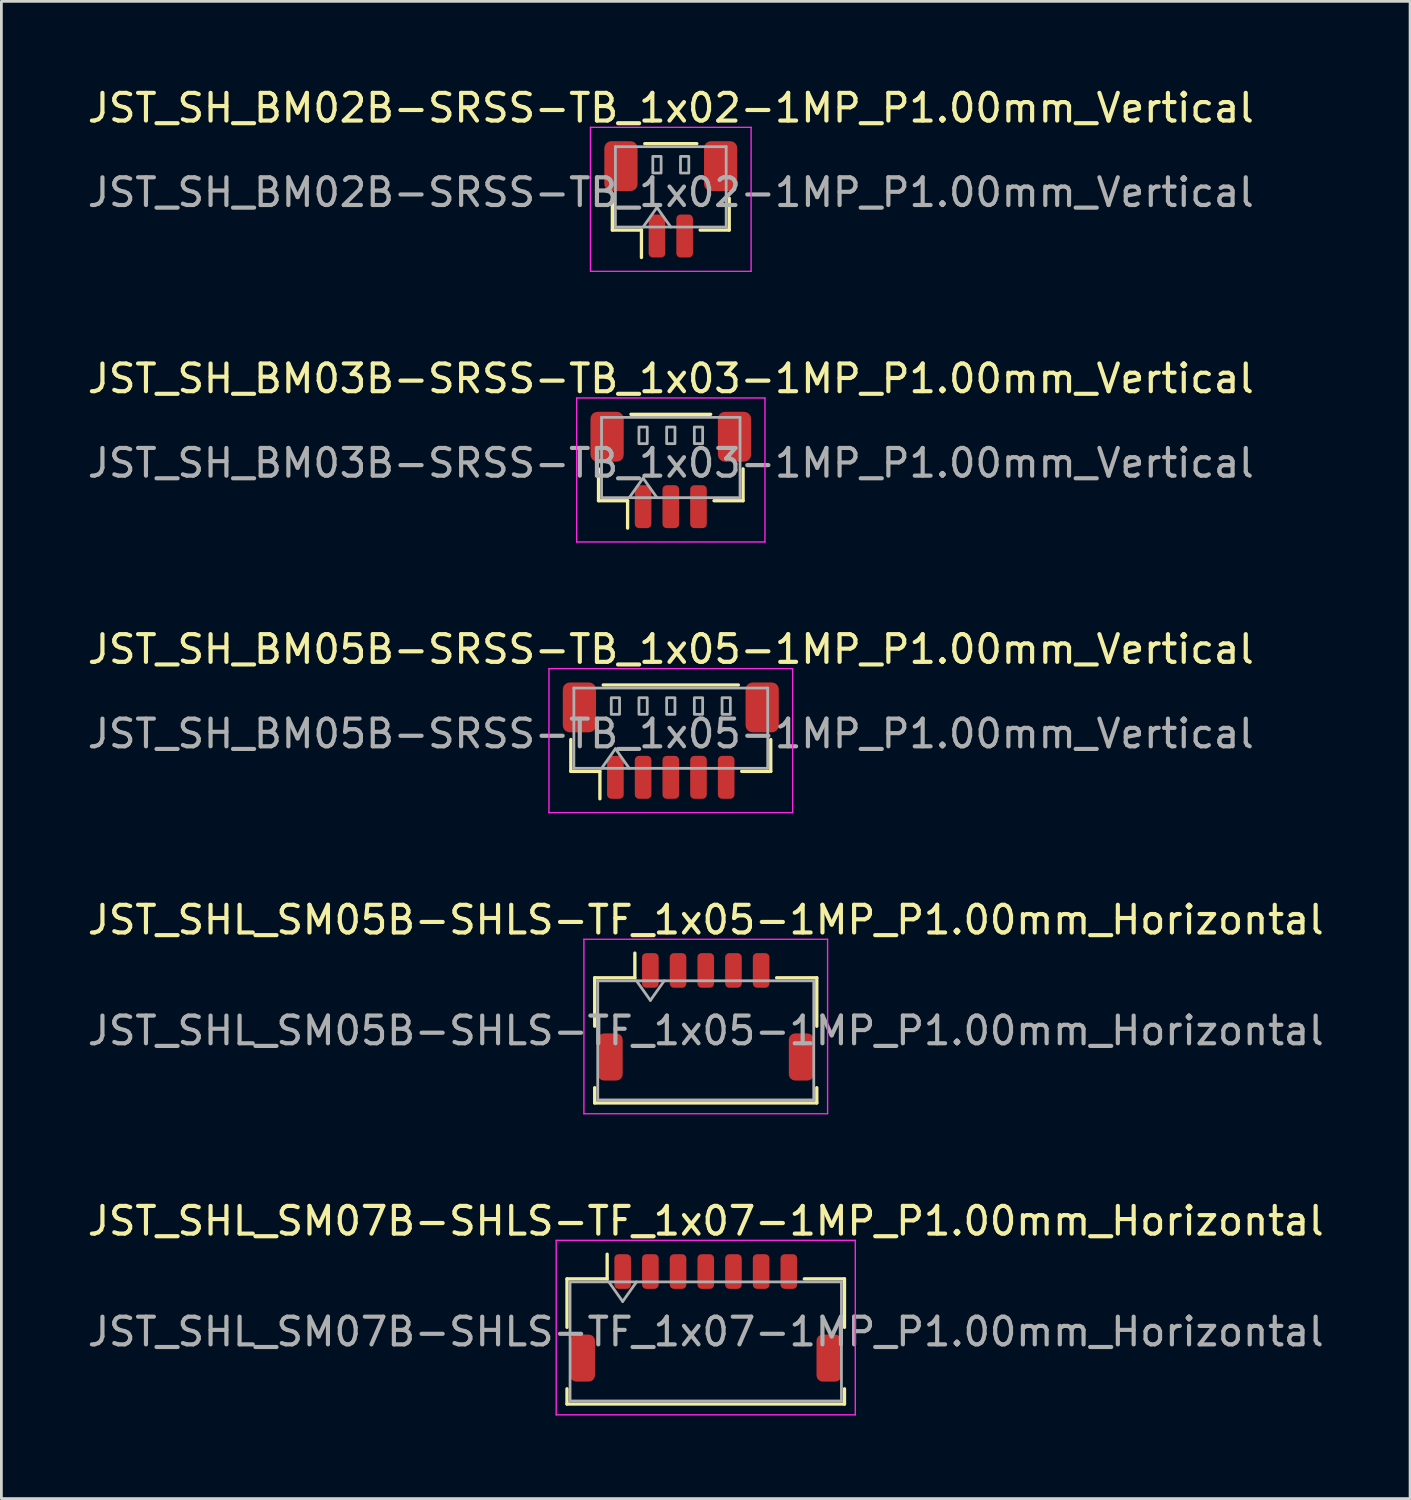
<source format=kicad_pcb>
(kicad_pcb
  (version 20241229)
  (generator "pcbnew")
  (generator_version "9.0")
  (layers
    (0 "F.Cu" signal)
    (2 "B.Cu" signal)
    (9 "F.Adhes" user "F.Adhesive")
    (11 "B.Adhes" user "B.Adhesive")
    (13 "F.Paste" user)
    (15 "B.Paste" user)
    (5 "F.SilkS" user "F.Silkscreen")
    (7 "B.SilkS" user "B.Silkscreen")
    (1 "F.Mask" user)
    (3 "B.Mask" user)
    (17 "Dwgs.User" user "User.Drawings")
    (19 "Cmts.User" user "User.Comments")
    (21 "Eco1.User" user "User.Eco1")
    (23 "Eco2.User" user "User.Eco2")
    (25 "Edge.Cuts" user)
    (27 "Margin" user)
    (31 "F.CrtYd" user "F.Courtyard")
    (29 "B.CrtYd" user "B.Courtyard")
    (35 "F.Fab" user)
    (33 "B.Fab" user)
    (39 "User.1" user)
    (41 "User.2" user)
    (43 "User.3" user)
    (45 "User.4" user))
  (footprint "JST_SHL_SM05B-SHLS-TF_1x05-1MP_P1.00mm_Horizontal"
    (layer "F.Cu")
    (at 22.435 33.668)
    (property "Reference" "JST_SHL_SM05B-SHLS-TF_1x05-1MP_P1.00mm_Horizontal" (at 0 -3.5 0) (layer "F.SilkS") (effects (font (size 1 1) (thickness 0.15))))
    (attr smd)
    (fp_line (start -4.01 -1.41) (end -2.56 -1.41) (stroke (width 0.12) (type solid)) (layer "F.SilkS"))
    (fp_line (start -4.01 0.34) (end -4.01 -1.41) (stroke (width 0.12) (type solid)) (layer "F.SilkS"))
    (fp_line (start -4.01 2.56) (end -4.01 3.11) (stroke (width 0.12) (type solid)) (layer "F.SilkS"))
    (fp_line (start -4.01 3.11) (end 4.01 3.11) (stroke (width 0.12) (type solid)) (layer "F.SilkS"))
    (fp_line (start -2.56 -1.41) (end -2.56 -2.3) (stroke (width 0.12) (type solid)) (layer "F.SilkS"))
    (fp_line (start 4.01 -1.41) (end 2.56 -1.41) (stroke (width 0.12) (type solid)) (layer "F.SilkS"))
    (fp_line (start 4.01 0.34) (end 4.01 -1.41) (stroke (width 0.12) (type solid)) (layer "F.SilkS"))
    (fp_line (start 4.01 3.11) (end 4.01 2.56) (stroke (width 0.12) (type solid)) (layer "F.SilkS"))
    (fp_line (start -4.4 -2.8) (end -4.4 3.5) (stroke (width 0.05) (type solid)) (layer "F.CrtYd"))
    (fp_line (start -4.4 3.5) (end 4.4 3.5) (stroke (width 0.05) (type solid)) (layer "F.CrtYd"))
    (fp_line (start 4.4 -2.8) (end -4.4 -2.8) (stroke (width 0.05) (type solid)) (layer "F.CrtYd"))
    (fp_line (start 4.4 3.5) (end 4.4 -2.8) (stroke (width 0.05) (type solid)) (layer "F.CrtYd"))
    (fp_line (start -3.9 -1.3) (end -3.9 3) (stroke (width 0.1) (type solid)) (layer "F.Fab"))
    (fp_line (start -3.9 -1.3) (end 3.9 -1.3) (stroke (width 0.1) (type solid)) (layer "F.Fab"))
    (fp_line (start -3.9 3) (end 3.9 3) (stroke (width 0.1) (type solid)) (layer "F.Fab"))
    (fp_line (start -2.5 -1.3) (end -2 -0.593) (stroke (width 0.1) (type solid)) (layer "F.Fab"))
    (fp_line (start -2 -0.593) (end -1.5 -1.3) (stroke (width 0.1) (type solid)) (layer "F.Fab"))
    (fp_line (start 3.9 -1.3) (end 3.9 3) (stroke (width 0.1) (type solid)) (layer "F.Fab"))
    (fp_text user "${REFERENCE}" (at 0 0.5 0) (layer "F.Fab") (effects (font (size 1 1) (thickness 0.15))))
    (pad "1" smd roundrect (at -2 -1.675) (size 0.6 1.25) (layers "F.Cu" "F.Mask" "F.Paste") (roundrect_rratio 0.25))
    (pad "2" smd roundrect (at -1 -1.675) (size 0.6 1.25) (layers "F.Cu" "F.Mask" "F.Paste") (roundrect_rratio 0.25))
    (pad "3" smd roundrect (at 0 -1.675) (size 0.6 1.25) (layers "F.Cu" "F.Mask" "F.Paste") (roundrect_rratio 0.25))
    (pad "4" smd roundrect (at 1 -1.675) (size 0.6 1.25) (layers "F.Cu" "F.Mask" "F.Paste") (roundrect_rratio 0.25))
    (pad "5" smd roundrect (at 2 -1.675) (size 0.6 1.25) (layers "F.Cu" "F.Mask" "F.Paste") (roundrect_rratio 0.25))
    (pad "MP" smd roundrect (at -3.45 1.45) (size 0.9 1.7) (layers "F.Cu" "F.Mask" "F.Paste") (roundrect_rratio 0.25))
    (pad "MP" smd roundrect (at 3.45 1.45) (size 0.9 1.7) (layers "F.Cu" "F.Mask" "F.Paste") (roundrect_rratio 0.25)))
  (footprint "JST_SH_BM03B-SRSS-TB_1x03-1MP_P1.00mm_Vertical"
    (layer "F.Cu")
    (at 21.173 13.921)
    (property "Reference" "JST_SH_BM03B-SRSS-TB_1x03-1MP_P1.00mm_Vertical" (at 0 -3.3 0) (layer "F.SilkS") (effects (font (size 1 1) (thickness 0.15))))
    (attr smd)
    (fp_line (start -2.61 -0.04) (end -2.61 1.11) (stroke (width 0.12) (type solid)) (layer "F.SilkS"))
    (fp_line (start -2.61 1.11) (end -1.56 1.11) (stroke (width 0.12) (type solid)) (layer "F.SilkS"))
    (fp_line (start -1.56 1.11) (end -1.56 2.1) (stroke (width 0.12) (type solid)) (layer "F.SilkS"))
    (fp_line (start -1.44 -2.01) (end 1.44 -2.01) (stroke (width 0.12) (type solid)) (layer "F.SilkS"))
    (fp_line (start 2.61 -0.04) (end 2.61 1.11) (stroke (width 0.12) (type solid)) (layer "F.SilkS"))
    (fp_line (start 2.61 1.11) (end 1.56 1.11) (stroke (width 0.12) (type solid)) (layer "F.SilkS"))
    (fp_line (start -3.4 -2.6) (end -3.4 2.6) (stroke (width 0.05) (type solid)) (layer "F.CrtYd"))
    (fp_line (start -3.4 2.6) (end 3.4 2.6) (stroke (width 0.05) (type solid)) (layer "F.CrtYd"))
    (fp_line (start 3.4 -2.6) (end -3.4 -2.6) (stroke (width 0.05) (type solid)) (layer "F.CrtYd"))
    (fp_line (start 3.4 2.6) (end 3.4 -2.6) (stroke (width 0.05) (type solid)) (layer "F.CrtYd"))
    (fp_line (start -2.5 -1.9) (end 2.5 -1.9) (stroke (width 0.1) (type solid)) (layer "F.Fab"))
    (fp_line (start -2.5 1) (end -2.5 -1.9) (stroke (width 0.1) (type solid)) (layer "F.Fab"))
    (fp_line (start -2.5 1) (end 2.5 1) (stroke (width 0.1) (type solid)) (layer "F.Fab"))
    (fp_line (start -1.5 1) (end -1 0.293) (stroke (width 0.1) (type solid)) (layer "F.Fab"))
    (fp_line (start -1 0.293) (end -0.5 1) (stroke (width 0.1) (type solid)) (layer "F.Fab"))
    (fp_line (start 2.5 1) (end 2.5 -1.9) (stroke (width 0.1) (type solid)) (layer "F.Fab"))
    (fp_rect (start -1.15 -1.55) (end -0.85 -0.95) (stroke (width 0.1) (type solid)) (fill no) (layer "F.Fab"))
    (fp_rect (start -0.15 -1.55) (end 0.15 -0.95) (stroke (width 0.1) (type solid)) (fill no) (layer "F.Fab"))
    (fp_rect (start 0.85 -1.55) (end 1.15 -0.95) (stroke (width 0.1) (type solid)) (fill no) (layer "F.Fab"))
    (fp_text user "${REFERENCE}" (at 0 -0.25 0) (layer "F.Fab") (effects (font (size 1 1) (thickness 0.15))))
    (pad "1" smd roundrect (at -1 1.325) (size 0.6 1.55) (layers "F.Cu" "F.Mask" "F.Paste") (roundrect_rratio 0.25))
    (pad "2" smd roundrect (at 0 1.325) (size 0.6 1.55) (layers "F.Cu" "F.Mask" "F.Paste") (roundrect_rratio 0.25))
    (pad "3" smd roundrect (at 1 1.325) (size 0.6 1.55) (layers "F.Cu" "F.Mask" "F.Paste") (roundrect_rratio 0.25))
    (pad "MP" smd roundrect (at -2.3 -1.2) (size 1.2 1.8) (layers "F.Cu" "F.Mask" "F.Paste") (roundrect_rratio 0.208))
    (pad "MP" smd roundrect (at 2.3 -1.2) (size 1.2 1.8) (layers "F.Cu" "F.Mask" "F.Paste") (roundrect_rratio 0.208)))
  (footprint "JST_SH_BM05B-SRSS-TB_1x05-1MP_P1.00mm_Vertical"
    (layer "F.Cu")
    (at 21.173 23.695)
    (property "Reference" "JST_SH_BM05B-SRSS-TB_1x05-1MP_P1.00mm_Vertical" (at 0 -3.3 0) (layer "F.SilkS") (effects (font (size 1 1) (thickness 0.15))))
    (attr smd)
    (fp_line (start -3.61 -0.04) (end -3.61 1.11) (stroke (width 0.12) (type solid)) (layer "F.SilkS"))
    (fp_line (start -3.61 1.11) (end -2.56 1.11) (stroke (width 0.12) (type solid)) (layer "F.SilkS"))
    (fp_line (start -2.56 1.11) (end -2.56 2.1) (stroke (width 0.12) (type solid)) (layer "F.SilkS"))
    (fp_line (start -2.44 -2.01) (end 2.44 -2.01) (stroke (width 0.12) (type solid)) (layer "F.SilkS"))
    (fp_line (start 3.61 -0.04) (end 3.61 1.11) (stroke (width 0.12) (type solid)) (layer "F.SilkS"))
    (fp_line (start 3.61 1.11) (end 2.56 1.11) (stroke (width 0.12) (type solid)) (layer "F.SilkS"))
    (fp_line (start -4.4 -2.6) (end -4.4 2.6) (stroke (width 0.05) (type solid)) (layer "F.CrtYd"))
    (fp_line (start -4.4 2.6) (end 4.4 2.6) (stroke (width 0.05) (type solid)) (layer "F.CrtYd"))
    (fp_line (start 4.4 -2.6) (end -4.4 -2.6) (stroke (width 0.05) (type solid)) (layer "F.CrtYd"))
    (fp_line (start 4.4 2.6) (end 4.4 -2.6) (stroke (width 0.05) (type solid)) (layer "F.CrtYd"))
    (fp_line (start -3.5 -1.9) (end 3.5 -1.9) (stroke (width 0.1) (type solid)) (layer "F.Fab"))
    (fp_line (start -3.5 1) (end -3.5 -1.9) (stroke (width 0.1) (type solid)) (layer "F.Fab"))
    (fp_line (start -3.5 1) (end 3.5 1) (stroke (width 0.1) (type solid)) (layer "F.Fab"))
    (fp_line (start -2.5 1) (end -2 0.293) (stroke (width 0.1) (type solid)) (layer "F.Fab"))
    (fp_line (start -2 0.293) (end -1.5 1) (stroke (width 0.1) (type solid)) (layer "F.Fab"))
    (fp_line (start 3.5 1) (end 3.5 -1.9) (stroke (width 0.1) (type solid)) (layer "F.Fab"))
    (fp_rect (start -2.15 -1.55) (end -1.85 -0.95) (stroke (width 0.1) (type solid)) (fill no) (layer "F.Fab"))
    (fp_rect (start -1.15 -1.55) (end -0.85 -0.95) (stroke (width 0.1) (type solid)) (fill no) (layer "F.Fab"))
    (fp_rect (start -0.15 -1.55) (end 0.15 -0.95) (stroke (width 0.1) (type solid)) (fill no) (layer "F.Fab"))
    (fp_rect (start 0.85 -1.55) (end 1.15 -0.95) (stroke (width 0.1) (type solid)) (fill no) (layer "F.Fab"))
    (fp_rect (start 1.85 -1.55) (end 2.15 -0.95) (stroke (width 0.1) (type solid)) (fill no) (layer "F.Fab"))
    (fp_text user "${REFERENCE}" (at 0 -0.25 0) (layer "F.Fab") (effects (font (size 1 1) (thickness 0.15))))
    (pad "1" smd roundrect (at -2 1.325) (size 0.6 1.55) (layers "F.Cu" "F.Mask" "F.Paste") (roundrect_rratio 0.25))
    (pad "2" smd roundrect (at -1 1.325) (size 0.6 1.55) (layers "F.Cu" "F.Mask" "F.Paste") (roundrect_rratio 0.25))
    (pad "3" smd roundrect (at 0 1.325) (size 0.6 1.55) (layers "F.Cu" "F.Mask" "F.Paste") (roundrect_rratio 0.25))
    (pad "4" smd roundrect (at 1 1.325) (size 0.6 1.55) (layers "F.Cu" "F.Mask" "F.Paste") (roundrect_rratio 0.25))
    (pad "5" smd roundrect (at 2 1.325) (size 0.6 1.55) (layers "F.Cu" "F.Mask" "F.Paste") (roundrect_rratio 0.25))
    (pad "MP" smd roundrect (at -3.3 -1.2) (size 1.2 1.8) (layers "F.Cu" "F.Mask" "F.Paste") (roundrect_rratio 0.208))
    (pad "MP" smd roundrect (at 3.3 -1.2) (size 1.2 1.8) (layers "F.Cu" "F.Mask" "F.Paste") (roundrect_rratio 0.208)))
  (footprint "JST_SH_BM02B-SRSS-TB_1x02-1MP_P1.00mm_Vertical"
    (layer "F.Cu")
    (at 21.173 4.148)
    (property "Reference" "JST_SH_BM02B-SRSS-TB_1x02-1MP_P1.00mm_Vertical" (at 0 -3.3 0) (layer "F.SilkS") (effects (font (size 1 1) (thickness 0.15))))
    (attr smd)
    (fp_line (start -2.11 -0.04) (end -2.11 1.11) (stroke (width 0.12) (type solid)) (layer "F.SilkS"))
    (fp_line (start -2.11 1.11) (end -1.06 1.11) (stroke (width 0.12) (type solid)) (layer "F.SilkS"))
    (fp_line (start -1.06 1.11) (end -1.06 2.1) (stroke (width 0.12) (type solid)) (layer "F.SilkS"))
    (fp_line (start -0.94 -2.01) (end 0.94 -2.01) (stroke (width 0.12) (type solid)) (layer "F.SilkS"))
    (fp_line (start 2.11 -0.04) (end 2.11 1.11) (stroke (width 0.12) (type solid)) (layer "F.SilkS"))
    (fp_line (start 2.11 1.11) (end 1.06 1.11) (stroke (width 0.12) (type solid)) (layer "F.SilkS"))
    (fp_line (start -2.9 -2.6) (end -2.9 2.6) (stroke (width 0.05) (type solid)) (layer "F.CrtYd"))
    (fp_line (start -2.9 2.6) (end 2.9 2.6) (stroke (width 0.05) (type solid)) (layer "F.CrtYd"))
    (fp_line (start 2.9 -2.6) (end -2.9 -2.6) (stroke (width 0.05) (type solid)) (layer "F.CrtYd"))
    (fp_line (start 2.9 2.6) (end 2.9 -2.6) (stroke (width 0.05) (type solid)) (layer "F.CrtYd"))
    (fp_line (start -2 -1.9) (end 2 -1.9) (stroke (width 0.1) (type solid)) (layer "F.Fab"))
    (fp_line (start -2 1) (end -2 -1.9) (stroke (width 0.1) (type solid)) (layer "F.Fab"))
    (fp_line (start -2 1) (end 2 1) (stroke (width 0.1) (type solid)) (layer "F.Fab"))
    (fp_line (start -1 1) (end -0.5 0.293) (stroke (width 0.1) (type solid)) (layer "F.Fab"))
    (fp_line (start -0.5 0.293) (end 0 1) (stroke (width 0.1) (type solid)) (layer "F.Fab"))
    (fp_line (start 2 1) (end 2 -1.9) (stroke (width 0.1) (type solid)) (layer "F.Fab"))
    (fp_rect (start -0.65 -1.55) (end -0.35 -0.95) (stroke (width 0.1) (type solid)) (fill no) (layer "F.Fab"))
    (fp_rect (start 0.35 -1.55) (end 0.65 -0.95) (stroke (width 0.1) (type solid)) (fill no) (layer "F.Fab"))
    (fp_text user "${REFERENCE}" (at 0 -0.25 0) (layer "F.Fab") (effects (font (size 1 1) (thickness 0.15))))
    (pad "1" smd roundrect (at -0.5 1.325) (size 0.6 1.55) (layers "F.Cu" "F.Mask" "F.Paste") (roundrect_rratio 0.25))
    (pad "2" smd roundrect (at 0.5 1.325) (size 0.6 1.55) (layers "F.Cu" "F.Mask" "F.Paste") (roundrect_rratio 0.25))
    (pad "MP" smd roundrect (at -1.8 -1.2) (size 1.2 1.8) (layers "F.Cu" "F.Mask" "F.Paste") (roundrect_rratio 0.208))
    (pad "MP" smd roundrect (at 1.8 -1.2) (size 1.2 1.8) (layers "F.Cu" "F.Mask" "F.Paste") (roundrect_rratio 0.208)))
  (footprint "JST_SHL_SM07B-SHLS-TF_1x07-1MP_P1.00mm_Horizontal"
    (layer "F.Cu")
    (at 22.435 44.541)
    (property "Reference" "JST_SHL_SM07B-SHLS-TF_1x07-1MP_P1.00mm_Horizontal" (at 0 -3.5 0) (layer "F.SilkS") (effects (font (size 1 1) (thickness 0.15))))
    (attr smd)
    (fp_line (start -5.01 -1.41) (end -3.56 -1.41) (stroke (width 0.12) (type solid)) (layer "F.SilkS"))
    (fp_line (start -5.01 0.34) (end -5.01 -1.41) (stroke (width 0.12) (type solid)) (layer "F.SilkS"))
    (fp_line (start -5.01 2.56) (end -5.01 3.11) (stroke (width 0.12) (type solid)) (layer "F.SilkS"))
    (fp_line (start -5.01 3.11) (end 5.01 3.11) (stroke (width 0.12) (type solid)) (layer "F.SilkS"))
    (fp_line (start -3.56 -1.41) (end -3.56 -2.3) (stroke (width 0.12) (type solid)) (layer "F.SilkS"))
    (fp_line (start 5.01 -1.41) (end 3.56 -1.41) (stroke (width 0.12) (type solid)) (layer "F.SilkS"))
    (fp_line (start 5.01 0.34) (end 5.01 -1.41) (stroke (width 0.12) (type solid)) (layer "F.SilkS"))
    (fp_line (start 5.01 3.11) (end 5.01 2.56) (stroke (width 0.12) (type solid)) (layer "F.SilkS"))
    (fp_line (start -5.4 -2.8) (end -5.4 3.5) (stroke (width 0.05) (type solid)) (layer "F.CrtYd"))
    (fp_line (start -5.4 3.5) (end 5.4 3.5) (stroke (width 0.05) (type solid)) (layer "F.CrtYd"))
    (fp_line (start 5.4 -2.8) (end -5.4 -2.8) (stroke (width 0.05) (type solid)) (layer "F.CrtYd"))
    (fp_line (start 5.4 3.5) (end 5.4 -2.8) (stroke (width 0.05) (type solid)) (layer "F.CrtYd"))
    (fp_line (start -4.9 -1.3) (end -4.9 3) (stroke (width 0.1) (type solid)) (layer "F.Fab"))
    (fp_line (start -4.9 -1.3) (end 4.9 -1.3) (stroke (width 0.1) (type solid)) (layer "F.Fab"))
    (fp_line (start -4.9 3) (end 4.9 3) (stroke (width 0.1) (type solid)) (layer "F.Fab"))
    (fp_line (start -3.5 -1.3) (end -3 -0.593) (stroke (width 0.1) (type solid)) (layer "F.Fab"))
    (fp_line (start -3 -0.593) (end -2.5 -1.3) (stroke (width 0.1) (type solid)) (layer "F.Fab"))
    (fp_line (start 4.9 -1.3) (end 4.9 3) (stroke (width 0.1) (type solid)) (layer "F.Fab"))
    (fp_text user "${REFERENCE}" (at 0 0.5 0) (layer "F.Fab") (effects (font (size 1 1) (thickness 0.15))))
    (pad "1" smd roundrect (at -3 -1.675) (size 0.6 1.25) (layers "F.Cu" "F.Mask" "F.Paste") (roundrect_rratio 0.25))
    (pad "2" smd roundrect (at -2 -1.675) (size 0.6 1.25) (layers "F.Cu" "F.Mask" "F.Paste") (roundrect_rratio 0.25))
    (pad "3" smd roundrect (at -1 -1.675) (size 0.6 1.25) (layers "F.Cu" "F.Mask" "F.Paste") (roundrect_rratio 0.25))
    (pad "4" smd roundrect (at 0 -1.675) (size 0.6 1.25) (layers "F.Cu" "F.Mask" "F.Paste") (roundrect_rratio 0.25))
    (pad "5" smd roundrect (at 1 -1.675) (size 0.6 1.25) (layers "F.Cu" "F.Mask" "F.Paste") (roundrect_rratio 0.25))
    (pad "6" smd roundrect (at 2 -1.675) (size 0.6 1.25) (layers "F.Cu" "F.Mask" "F.Paste") (roundrect_rratio 0.25))
    (pad "7" smd roundrect (at 3 -1.675) (size 0.6 1.25) (layers "F.Cu" "F.Mask" "F.Paste") (roundrect_rratio 0.25))
    (pad "MP" smd roundrect (at -4.45 1.45) (size 0.9 1.7) (layers "F.Cu" "F.Mask" "F.Paste") (roundrect_rratio 0.25))
    (pad "MP" smd roundrect (at 4.45 1.45) (size 0.9 1.7) (layers "F.Cu" "F.Mask" "F.Paste") (roundrect_rratio 0.25)))
  (gr_rect
    (start -3 -3)
    (end 47.869 51.066)
    (stroke (width 0.1) (type default))
    (fill no)
    (layer "Edge.Cuts")))
</source>
